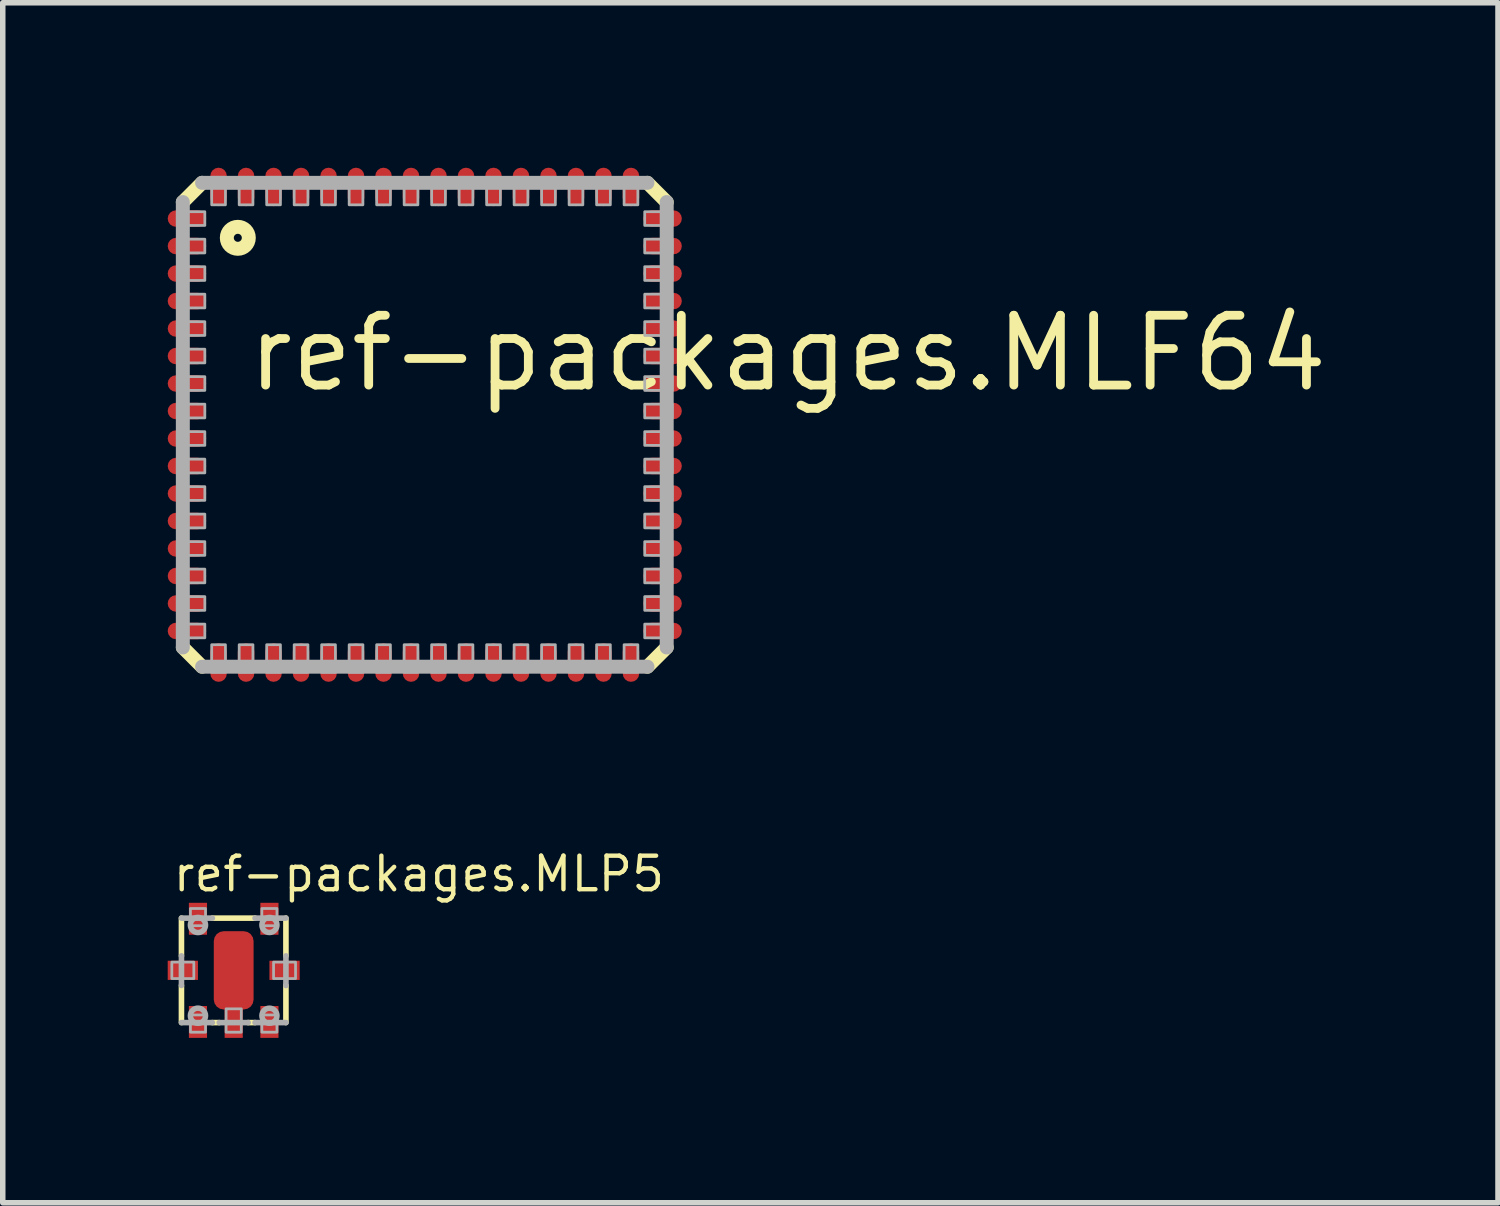
<source format=kicad_pcb>
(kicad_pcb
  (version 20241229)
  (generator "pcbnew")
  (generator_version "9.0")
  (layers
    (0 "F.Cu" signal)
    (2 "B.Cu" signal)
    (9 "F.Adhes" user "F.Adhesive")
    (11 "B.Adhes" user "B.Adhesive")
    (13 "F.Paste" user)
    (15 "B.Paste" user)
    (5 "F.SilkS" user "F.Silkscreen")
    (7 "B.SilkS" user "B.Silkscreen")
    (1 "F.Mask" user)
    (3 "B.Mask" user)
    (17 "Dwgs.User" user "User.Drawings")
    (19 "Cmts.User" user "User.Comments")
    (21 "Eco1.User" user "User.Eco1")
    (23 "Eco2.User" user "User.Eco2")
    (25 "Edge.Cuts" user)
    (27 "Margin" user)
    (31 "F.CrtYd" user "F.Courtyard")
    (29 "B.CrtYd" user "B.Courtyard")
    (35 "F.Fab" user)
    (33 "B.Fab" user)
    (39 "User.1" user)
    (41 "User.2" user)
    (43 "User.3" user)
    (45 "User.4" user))
  (footprint "ref-packages.MLP5"
    (layer "F.Cu")
    (at 1.2 14.597)
    (property "Reference" "ref-packages.MLP5" (at -1.143 -1.397 0) (layer "F.SilkS") (effects (font (size 0.61 0.61) (thickness 0.08)) (justify left bottom)))
    (attr smd)
    (fp_line (start -0.95 -0.263) (end -0.95 -0.95) (stroke (width 0.102) (type default)) (layer "F.SilkS"))
    (fp_line (start -0.95 0.95) (end -0.95 0.275) (stroke (width 0.102) (type default)) (layer "F.SilkS"))
    (fp_line (start -0.388 -0.95) (end 0.388 -0.95) (stroke (width 0.102) (type default)) (layer "F.SilkS"))
    (fp_line (start -0.263 0.95) (end -0.388 0.95) (stroke (width 0.102) (type default)) (layer "F.SilkS"))
    (fp_line (start 0.388 0.95) (end 0.263 0.95) (stroke (width 0.102) (type default)) (layer "F.SilkS"))
    (fp_line (start 0.95 -0.95) (end 0.95 -0.263) (stroke (width 0.102) (type default)) (layer "F.SilkS"))
    (fp_line (start 0.95 0.275) (end 0.95 0.95) (stroke (width 0.102) (type default)) (layer "F.SilkS"))
    (fp_line (start -0.95 -0.95) (end -0.388 -0.95) (stroke (width 0.102) (type default)) (layer "F.Fab"))
    (fp_line (start -0.95 0.275) (end -0.95 -0.263) (stroke (width 0.102) (type default)) (layer "F.Fab"))
    (fp_line (start -0.388 0.95) (end -0.95 0.95) (stroke (width 0.102) (type default)) (layer "F.Fab"))
    (fp_line (start 0.263 0.95) (end -0.263 0.95) (stroke (width 0.102) (type default)) (layer "F.Fab"))
    (fp_line (start 0.388 -0.95) (end 0.95 -0.95) (stroke (width 0.102) (type default)) (layer "F.Fab"))
    (fp_line (start 0.95 -0.263) (end 0.95 0.275) (stroke (width 0.102) (type default)) (layer "F.Fab"))
    (fp_line (start 0.95 0.95) (end 0.388 0.95) (stroke (width 0.102) (type default)) (layer "F.Fab"))
    (fp_rect (start -1.125 0.15) (end -0.725 -0.15) (stroke (width 0.05) (type default)) (fill no) (layer "F.Fab"))
    (fp_rect (start -0.787 -0.812) (end -0.512 -1.125) (stroke (width 0.05) (type default)) (fill no) (layer "F.Fab"))
    (fp_rect (start -0.787 1.125) (end -0.512 0.812) (stroke (width 0.05) (type default)) (fill no) (layer "F.Fab"))
    (fp_rect (start -0.138 1.125) (end 0.138 0.7) (stroke (width 0.05) (type default)) (fill no) (layer "F.Fab"))
    (fp_rect (start 0.512 -0.812) (end 0.787 -1.125) (stroke (width 0.05) (type default)) (fill no) (layer "F.Fab"))
    (fp_rect (start 0.512 1.125) (end 0.787 0.812) (stroke (width 0.05) (type default)) (fill no) (layer "F.Fab"))
    (fp_rect (start 0.725 0.15) (end 1.125 -0.15) (stroke (width 0.05) (type default)) (fill no) (layer "F.Fab"))
    (fp_circle (center -0.65 -0.825) (end -0.512 -0.825) (stroke (width 0.1) (type default)) (fill no) (layer "F.Fab"))
    (fp_circle (center -0.65 0.825) (end -0.512 0.825) (stroke (width 0.1) (type default)) (fill no) (layer "F.Fab"))
    (fp_circle (center 0.65 -0.825) (end 0.787 -0.825) (stroke (width 0.1) (type default)) (fill no) (layer "F.Fab"))
    (fp_circle (center 0.65 0.825) (end 0.787 0.825) (stroke (width 0.1) (type default)) (fill no) (layer "F.Fab"))
    (pad "1" smd roundrect (at -0.65 0.938) (size 0.33 0.58) (layers "F.Cu" "F.Mask" "F.Paste") (roundrect_rratio 0.01))
    (pad "2" smd roundrect (at 0 0.938) (size 0.33 0.58) (layers "F.Cu" "F.Mask" "F.Paste") (roundrect_rratio 0.01))
    (pad "2@1" smd roundrect (at 0 0) (size 0.724 1.424) (layers "F.Cu" "F.Mask" "F.Paste") (roundrect_rratio 0.25))
    (pad "3" smd roundrect (at 0.65 0.938) (size 0.33 0.58) (layers "F.Cu" "F.Mask" "F.Paste") (roundrect_rratio 0.01))
    (pad "4" smd roundrect (at 0.65 -0.938) (size 0.33 0.58) (layers "F.Cu" "F.Mask" "F.Paste") (roundrect_rratio 0.01))
    (pad "5" smd roundrect (at -0.65 -0.938) (size 0.33 0.58) (layers "F.Cu" "F.Mask" "F.Paste") (roundrect_rratio 0.01))
    (pad "X1" smd roundrect (at -0.925 0) (size 0.55 0.35) (layers "F.Cu" "F.Mask" "F.Paste") (roundrect_rratio 0.01))
    (pad "X2" smd roundrect (at 0.925 0) (size 0.55 0.35) (layers "F.Cu" "F.Mask" "F.Paste") (roundrect_rratio 0.01)))
  (footprint "ref-packages.MLF64"
    (layer "F.Cu")
    (at 4.675 4.675)
    (property "Reference" "ref-packages.MLF64" (at -3.302 -0.558 0) (layer "F.SilkS") (effects (font (size 1.27 1.27) (thickness 0.16)) (justify left bottom)))
    (attr smd)
    (fp_line (start -4.4 -4.05) (end -4.05 -4.4) (stroke (width 0.254) (type default)) (layer "F.SilkS"))
    (fp_line (start -4.05 4.4) (end -4.4 4.05) (stroke (width 0.254) (type default)) (layer "F.SilkS"))
    (fp_line (start 4.05 -4.4) (end 4.4 -4.05) (stroke (width 0.254) (type default)) (layer "F.SilkS"))
    (fp_line (start 4.4 4.05) (end 4.05 4.4) (stroke (width 0.254) (type default)) (layer "F.SilkS"))
    (fp_circle (center -3.4 -3.4) (end -3.2 -3.4) (stroke (width 0.254) (type default)) (fill no) (layer "F.SilkS"))
    (fp_line (start -4.4 4.05) (end -4.4 -4.05) (stroke (width 0.254) (type default)) (layer "F.Fab"))
    (fp_line (start -4.05 -4.4) (end 4.05 -4.4) (stroke (width 0.254) (type default)) (layer "F.Fab"))
    (fp_line (start 4.05 4.4) (end -4.05 4.4) (stroke (width 0.254) (type default)) (layer "F.Fab"))
    (fp_line (start 4.4 -4.05) (end 4.4 4.05) (stroke (width 0.254) (type default)) (layer "F.Fab"))
    (fp_rect (start -4.5 -3.625) (end -4 -3.875) (stroke (width 0.05) (type default)) (fill no) (layer "F.Fab"))
    (fp_rect (start -4.5 -3.125) (end -4 -3.375) (stroke (width 0.05) (type default)) (fill no) (layer "F.Fab"))
    (fp_rect (start -4.5 -2.625) (end -4 -2.875) (stroke (width 0.05) (type default)) (fill no) (layer "F.Fab"))
    (fp_rect (start -4.5 -2.125) (end -4 -2.375) (stroke (width 0.05) (type default)) (fill no) (layer "F.Fab"))
    (fp_rect (start -4.5 -1.625) (end -4 -1.875) (stroke (width 0.05) (type default)) (fill no) (layer "F.Fab"))
    (fp_rect (start -4.5 -1.125) (end -4 -1.375) (stroke (width 0.05) (type default)) (fill no) (layer "F.Fab"))
    (fp_rect (start -4.5 -0.625) (end -4 -0.875) (stroke (width 0.05) (type default)) (fill no) (layer "F.Fab"))
    (fp_rect (start -4.5 -0.125) (end -4 -0.375) (stroke (width 0.05) (type default)) (fill no) (layer "F.Fab"))
    (fp_rect (start -4.5 0.375) (end -4 0.125) (stroke (width 0.05) (type default)) (fill no) (layer "F.Fab"))
    (fp_rect (start -4.5 0.875) (end -4 0.625) (stroke (width 0.05) (type default)) (fill no) (layer "F.Fab"))
    (fp_rect (start -4.5 1.375) (end -4 1.125) (stroke (width 0.05) (type default)) (fill no) (layer "F.Fab"))
    (fp_rect (start -4.5 1.875) (end -4 1.625) (stroke (width 0.05) (type default)) (fill no) (layer "F.Fab"))
    (fp_rect (start -4.5 2.375) (end -4 2.125) (stroke (width 0.05) (type default)) (fill no) (layer "F.Fab"))
    (fp_rect (start -4.5 2.875) (end -4 2.625) (stroke (width 0.05) (type default)) (fill no) (layer "F.Fab"))
    (fp_rect (start -4.5 3.375) (end -4 3.125) (stroke (width 0.05) (type default)) (fill no) (layer "F.Fab"))
    (fp_rect (start -4.5 3.875) (end -4 3.625) (stroke (width 0.05) (type default)) (fill no) (layer "F.Fab"))
    (fp_rect (start -3.875 -4) (end -3.625 -4.5) (stroke (width 0.05) (type default)) (fill no) (layer "F.Fab"))
    (fp_rect (start -3.875 4.5) (end -3.625 4) (stroke (width 0.05) (type default)) (fill no) (layer "F.Fab"))
    (fp_rect (start -3.375 -4) (end -3.125 -4.5) (stroke (width 0.05) (type default)) (fill no) (layer "F.Fab"))
    (fp_rect (start -3.375 4.5) (end -3.125 4) (stroke (width 0.05) (type default)) (fill no) (layer "F.Fab"))
    (fp_rect (start -2.875 -4) (end -2.625 -4.5) (stroke (width 0.05) (type default)) (fill no) (layer "F.Fab"))
    (fp_rect (start -2.875 4.5) (end -2.625 4) (stroke (width 0.05) (type default)) (fill no) (layer "F.Fab"))
    (fp_rect (start -2.375 -4) (end -2.125 -4.5) (stroke (width 0.05) (type default)) (fill no) (layer "F.Fab"))
    (fp_rect (start -2.375 4.5) (end -2.125 4) (stroke (width 0.05) (type default)) (fill no) (layer "F.Fab"))
    (fp_rect (start -1.875 -4) (end -1.625 -4.5) (stroke (width 0.05) (type default)) (fill no) (layer "F.Fab"))
    (fp_rect (start -1.875 4.5) (end -1.625 4) (stroke (width 0.05) (type default)) (fill no) (layer "F.Fab"))
    (fp_rect (start -1.375 -4) (end -1.125 -4.5) (stroke (width 0.05) (type default)) (fill no) (layer "F.Fab"))
    (fp_rect (start -1.375 4.5) (end -1.125 4) (stroke (width 0.05) (type default)) (fill no) (layer "F.Fab"))
    (fp_rect (start -0.875 -4) (end -0.625 -4.5) (stroke (width 0.05) (type default)) (fill no) (layer "F.Fab"))
    (fp_rect (start -0.875 4.5) (end -0.625 4) (stroke (width 0.05) (type default)) (fill no) (layer "F.Fab"))
    (fp_rect (start -0.375 -4) (end -0.125 -4.5) (stroke (width 0.05) (type default)) (fill no) (layer "F.Fab"))
    (fp_rect (start -0.375 4.5) (end -0.125 4) (stroke (width 0.05) (type default)) (fill no) (layer "F.Fab"))
    (fp_rect (start 0.125 -4) (end 0.375 -4.5) (stroke (width 0.05) (type default)) (fill no) (layer "F.Fab"))
    (fp_rect (start 0.125 4.5) (end 0.375 4) (stroke (width 0.05) (type default)) (fill no) (layer "F.Fab"))
    (fp_rect (start 0.625 -4) (end 0.875 -4.5) (stroke (width 0.05) (type default)) (fill no) (layer "F.Fab"))
    (fp_rect (start 0.625 4.5) (end 0.875 4) (stroke (width 0.05) (type default)) (fill no) (layer "F.Fab"))
    (fp_rect (start 1.125 -4) (end 1.375 -4.5) (stroke (width 0.05) (type default)) (fill no) (layer "F.Fab"))
    (fp_rect (start 1.125 4.5) (end 1.375 4) (stroke (width 0.05) (type default)) (fill no) (layer "F.Fab"))
    (fp_rect (start 1.625 -4) (end 1.875 -4.5) (stroke (width 0.05) (type default)) (fill no) (layer "F.Fab"))
    (fp_rect (start 1.625 4.5) (end 1.875 4) (stroke (width 0.05) (type default)) (fill no) (layer "F.Fab"))
    (fp_rect (start 2.125 -4) (end 2.375 -4.5) (stroke (width 0.05) (type default)) (fill no) (layer "F.Fab"))
    (fp_rect (start 2.125 4.5) (end 2.375 4) (stroke (width 0.05) (type default)) (fill no) (layer "F.Fab"))
    (fp_rect (start 2.625 -4) (end 2.875 -4.5) (stroke (width 0.05) (type default)) (fill no) (layer "F.Fab"))
    (fp_rect (start 2.625 4.5) (end 2.875 4) (stroke (width 0.05) (type default)) (fill no) (layer "F.Fab"))
    (fp_rect (start 3.125 -4) (end 3.375 -4.5) (stroke (width 0.05) (type default)) (fill no) (layer "F.Fab"))
    (fp_rect (start 3.125 4.5) (end 3.375 4) (stroke (width 0.05) (type default)) (fill no) (layer "F.Fab"))
    (fp_rect (start 3.625 -4) (end 3.875 -4.5) (stroke (width 0.05) (type default)) (fill no) (layer "F.Fab"))
    (fp_rect (start 3.625 4.5) (end 3.875 4) (stroke (width 0.05) (type default)) (fill no) (layer "F.Fab"))
    (fp_rect (start 4 -3.625) (end 4.5 -3.875) (stroke (width 0.05) (type default)) (fill no) (layer "F.Fab"))
    (fp_rect (start 4 -3.125) (end 4.5 -3.375) (stroke (width 0.05) (type default)) (fill no) (layer "F.Fab"))
    (fp_rect (start 4 -2.625) (end 4.5 -2.875) (stroke (width 0.05) (type default)) (fill no) (layer "F.Fab"))
    (fp_rect (start 4 -2.125) (end 4.5 -2.375) (stroke (width 0.05) (type default)) (fill no) (layer "F.Fab"))
    (fp_rect (start 4 -1.625) (end 4.5 -1.875) (stroke (width 0.05) (type default)) (fill no) (layer "F.Fab"))
    (fp_rect (start 4 -1.125) (end 4.5 -1.375) (stroke (width 0.05) (type default)) (fill no) (layer "F.Fab"))
    (fp_rect (start 4 -0.625) (end 4.5 -0.875) (stroke (width 0.05) (type default)) (fill no) (layer "F.Fab"))
    (fp_rect (start 4 -0.125) (end 4.5 -0.375) (stroke (width 0.05) (type default)) (fill no) (layer "F.Fab"))
    (fp_rect (start 4 0.375) (end 4.5 0.125) (stroke (width 0.05) (type default)) (fill no) (layer "F.Fab"))
    (fp_rect (start 4 0.875) (end 4.5 0.625) (stroke (width 0.05) (type default)) (fill no) (layer "F.Fab"))
    (fp_rect (start 4 1.375) (end 4.5 1.125) (stroke (width 0.05) (type default)) (fill no) (layer "F.Fab"))
    (fp_rect (start 4 1.875) (end 4.5 1.625) (stroke (width 0.05) (type default)) (fill no) (layer "F.Fab"))
    (fp_rect (start 4 2.375) (end 4.5 2.125) (stroke (width 0.05) (type default)) (fill no) (layer "F.Fab"))
    (fp_rect (start 4 2.875) (end 4.5 2.625) (stroke (width 0.05) (type default)) (fill no) (layer "F.Fab"))
    (fp_rect (start 4 3.375) (end 4.5 3.125) (stroke (width 0.05) (type default)) (fill no) (layer "F.Fab"))
    (fp_rect (start 4 3.875) (end 4.5 3.625) (stroke (width 0.05) (type default)) (fill no) (layer "F.Fab"))
    (pad "1" smd roundrect (at -4.325 -3.75) (size 0.7 0.3) (layers "F.Cu" "F.Mask" "F.Paste") (roundrect_rratio 0.5))
    (pad "2" smd roundrect (at -4.325 -3.25) (size 0.7 0.3) (layers "F.Cu" "F.Mask" "F.Paste") (roundrect_rratio 0.5))
    (pad "3" smd roundrect (at -4.325 -2.75) (size 0.7 0.3) (layers "F.Cu" "F.Mask" "F.Paste") (roundrect_rratio 0.5))
    (pad "4" smd roundrect (at -4.325 -2.25) (size 0.7 0.3) (layers "F.Cu" "F.Mask" "F.Paste") (roundrect_rratio 0.5))
    (pad "5" smd roundrect (at -4.325 -1.75) (size 0.7 0.3) (layers "F.Cu" "F.Mask" "F.Paste") (roundrect_rratio 0.5))
    (pad "6" smd roundrect (at -4.325 -1.25) (size 0.7 0.3) (layers "F.Cu" "F.Mask" "F.Paste") (roundrect_rratio 0.5))
    (pad "7" smd roundrect (at -4.325 -0.75) (size 0.7 0.3) (layers "F.Cu" "F.Mask" "F.Paste") (roundrect_rratio 0.5))
    (pad "8" smd roundrect (at -4.325 -0.25) (size 0.7 0.3) (layers "F.Cu" "F.Mask" "F.Paste") (roundrect_rratio 0.5))
    (pad "9" smd roundrect (at -4.325 0.25) (size 0.7 0.3) (layers "F.Cu" "F.Mask" "F.Paste") (roundrect_rratio 0.5))
    (pad "10" smd roundrect (at -4.325 0.75) (size 0.7 0.3) (layers "F.Cu" "F.Mask" "F.Paste") (roundrect_rratio 0.5))
    (pad "11" smd roundrect (at -4.325 1.25) (size 0.7 0.3) (layers "F.Cu" "F.Mask" "F.Paste") (roundrect_rratio 0.5))
    (pad "12" smd roundrect (at -4.325 1.75) (size 0.7 0.3) (layers "F.Cu" "F.Mask" "F.Paste") (roundrect_rratio 0.5))
    (pad "13" smd roundrect (at -4.325 2.25) (size 0.7 0.3) (layers "F.Cu" "F.Mask" "F.Paste") (roundrect_rratio 0.5))
    (pad "14" smd roundrect (at -4.325 2.75) (size 0.7 0.3) (layers "F.Cu" "F.Mask" "F.Paste") (roundrect_rratio 0.5))
    (pad "15" smd roundrect (at -4.325 3.25) (size 0.7 0.3) (layers "F.Cu" "F.Mask" "F.Paste") (roundrect_rratio 0.5))
    (pad "16" smd roundrect (at -4.325 3.75) (size 0.7 0.3) (layers "F.Cu" "F.Mask" "F.Paste") (roundrect_rratio 0.5))
    (pad "17" smd roundrect (at -3.75 4.325) (size 0.3 0.7) (layers "F.Cu" "F.Mask" "F.Paste") (roundrect_rratio 0.5))
    (pad "18" smd roundrect (at -3.25 4.325) (size 0.3 0.7) (layers "F.Cu" "F.Mask" "F.Paste") (roundrect_rratio 0.5))
    (pad "19" smd roundrect (at -2.75 4.325) (size 0.3 0.7) (layers "F.Cu" "F.Mask" "F.Paste") (roundrect_rratio 0.5))
    (pad "20" smd roundrect (at -2.25 4.325) (size 0.3 0.7) (layers "F.Cu" "F.Mask" "F.Paste") (roundrect_rratio 0.5))
    (pad "21" smd roundrect (at -1.75 4.325) (size 0.3 0.7) (layers "F.Cu" "F.Mask" "F.Paste") (roundrect_rratio 0.5))
    (pad "22" smd roundrect (at -1.25 4.325) (size 0.3 0.7) (layers "F.Cu" "F.Mask" "F.Paste") (roundrect_rratio 0.5))
    (pad "23" smd roundrect (at -0.75 4.325) (size 0.3 0.7) (layers "F.Cu" "F.Mask" "F.Paste") (roundrect_rratio 0.5))
    (pad "24" smd roundrect (at -0.25 4.325) (size 0.3 0.7) (layers "F.Cu" "F.Mask" "F.Paste") (roundrect_rratio 0.5))
    (pad "25" smd roundrect (at 0.25 4.325) (size 0.3 0.7) (layers "F.Cu" "F.Mask" "F.Paste") (roundrect_rratio 0.5))
    (pad "26" smd roundrect (at 0.75 4.325) (size 0.3 0.7) (layers "F.Cu" "F.Mask" "F.Paste") (roundrect_rratio 0.5))
    (pad "27" smd roundrect (at 1.25 4.325) (size 0.3 0.7) (layers "F.Cu" "F.Mask" "F.Paste") (roundrect_rratio 0.5))
    (pad "28" smd roundrect (at 1.75 4.325) (size 0.3 0.7) (layers "F.Cu" "F.Mask" "F.Paste") (roundrect_rratio 0.5))
    (pad "29" smd roundrect (at 2.25 4.325) (size 0.3 0.7) (layers "F.Cu" "F.Mask" "F.Paste") (roundrect_rratio 0.5))
    (pad "30" smd roundrect (at 2.75 4.325) (size 0.3 0.7) (layers "F.Cu" "F.Mask" "F.Paste") (roundrect_rratio 0.5))
    (pad "31" smd roundrect (at 3.25 4.325) (size 0.3 0.7) (layers "F.Cu" "F.Mask" "F.Paste") (roundrect_rratio 0.5))
    (pad "32" smd roundrect (at 3.75 4.325) (size 0.3 0.7) (layers "F.Cu" "F.Mask" "F.Paste") (roundrect_rratio 0.5))
    (pad "33" smd roundrect (at 4.325 3.75) (size 0.7 0.3) (layers "F.Cu" "F.Mask" "F.Paste") (roundrect_rratio 0.5))
    (pad "34" smd roundrect (at 4.325 3.25) (size 0.7 0.3) (layers "F.Cu" "F.Mask" "F.Paste") (roundrect_rratio 0.5))
    (pad "35" smd roundrect (at 4.325 2.75) (size 0.7 0.3) (layers "F.Cu" "F.Mask" "F.Paste") (roundrect_rratio 0.5))
    (pad "36" smd roundrect (at 4.325 2.25) (size 0.7 0.3) (layers "F.Cu" "F.Mask" "F.Paste") (roundrect_rratio 0.5))
    (pad "37" smd roundrect (at 4.325 1.75) (size 0.7 0.3) (layers "F.Cu" "F.Mask" "F.Paste") (roundrect_rratio 0.5))
    (pad "38" smd roundrect (at 4.325 1.25) (size 0.7 0.3) (layers "F.Cu" "F.Mask" "F.Paste") (roundrect_rratio 0.5))
    (pad "39" smd roundrect (at 4.325 0.75) (size 0.7 0.3) (layers "F.Cu" "F.Mask" "F.Paste") (roundrect_rratio 0.5))
    (pad "40" smd roundrect (at 4.325 0.25) (size 0.7 0.3) (layers "F.Cu" "F.Mask" "F.Paste") (roundrect_rratio 0.5))
    (pad "41" smd roundrect (at 4.325 -0.25) (size 0.7 0.3) (layers "F.Cu" "F.Mask" "F.Paste") (roundrect_rratio 0.5))
    (pad "42" smd roundrect (at 4.325 -0.75) (size 0.7 0.3) (layers "F.Cu" "F.Mask" "F.Paste") (roundrect_rratio 0.5))
    (pad "43" smd roundrect (at 4.325 -1.25) (size 0.7 0.3) (layers "F.Cu" "F.Mask" "F.Paste") (roundrect_rratio 0.5))
    (pad "44" smd roundrect (at 4.325 -1.75) (size 0.7 0.3) (layers "F.Cu" "F.Mask" "F.Paste") (roundrect_rratio 0.5))
    (pad "45" smd roundrect (at 4.325 -2.25) (size 0.7 0.3) (layers "F.Cu" "F.Mask" "F.Paste") (roundrect_rratio 0.5))
    (pad "46" smd roundrect (at 4.325 -2.75) (size 0.7 0.3) (layers "F.Cu" "F.Mask" "F.Paste") (roundrect_rratio 0.5))
    (pad "47" smd roundrect (at 4.325 -3.25) (size 0.7 0.3) (layers "F.Cu" "F.Mask" "F.Paste") (roundrect_rratio 0.5))
    (pad "48" smd roundrect (at 4.325 -3.75) (size 0.7 0.3) (layers "F.Cu" "F.Mask" "F.Paste") (roundrect_rratio 0.5))
    (pad "49" smd roundrect (at 3.75 -4.325) (size 0.3 0.7) (layers "F.Cu" "F.Mask" "F.Paste") (roundrect_rratio 0.5))
    (pad "50" smd roundrect (at 3.25 -4.325) (size 0.3 0.7) (layers "F.Cu" "F.Mask" "F.Paste") (roundrect_rratio 0.5))
    (pad "51" smd roundrect (at 2.75 -4.325) (size 0.3 0.7) (layers "F.Cu" "F.Mask" "F.Paste") (roundrect_rratio 0.5))
    (pad "52" smd roundrect (at 2.25 -4.325) (size 0.3 0.7) (layers "F.Cu" "F.Mask" "F.Paste") (roundrect_rratio 0.5))
    (pad "53" smd roundrect (at 1.75 -4.325) (size 0.3 0.7) (layers "F.Cu" "F.Mask" "F.Paste") (roundrect_rratio 0.5))
    (pad "54" smd roundrect (at 1.25 -4.325) (size 0.3 0.7) (layers "F.Cu" "F.Mask" "F.Paste") (roundrect_rratio 0.5))
    (pad "55" smd roundrect (at 0.75 -4.325) (size 0.3 0.7) (layers "F.Cu" "F.Mask" "F.Paste") (roundrect_rratio 0.5))
    (pad "56" smd roundrect (at 0.25 -4.325) (size 0.3 0.7) (layers "F.Cu" "F.Mask" "F.Paste") (roundrect_rratio 0.5))
    (pad "57" smd roundrect (at -0.25 -4.325) (size 0.3 0.7) (layers "F.Cu" "F.Mask" "F.Paste") (roundrect_rratio 0.5))
    (pad "58" smd roundrect (at -0.75 -4.325) (size 0.3 0.7) (layers "F.Cu" "F.Mask" "F.Paste") (roundrect_rratio 0.5))
    (pad "59" smd roundrect (at -1.25 -4.325) (size 0.3 0.7) (layers "F.Cu" "F.Mask" "F.Paste") (roundrect_rratio 0.5))
    (pad "60" smd roundrect (at -1.75 -4.325) (size 0.3 0.7) (layers "F.Cu" "F.Mask" "F.Paste") (roundrect_rratio 0.5))
    (pad "61" smd roundrect (at -2.25 -4.325) (size 0.3 0.7) (layers "F.Cu" "F.Mask" "F.Paste") (roundrect_rratio 0.5))
    (pad "62" smd roundrect (at -2.75 -4.325) (size 0.3 0.7) (layers "F.Cu" "F.Mask" "F.Paste") (roundrect_rratio 0.5))
    (pad "63" smd roundrect (at -3.25 -4.325) (size 0.3 0.7) (layers "F.Cu" "F.Mask" "F.Paste") (roundrect_rratio 0.5))
    (pad "64" smd roundrect (at -3.75 -4.325) (size 0.3 0.7) (layers "F.Cu" "F.Mask" "F.Paste") (roundrect_rratio 0.5)))
  (gr_rect
    (start -3 -3)
    (end 24.193 18.824)
    (stroke (width 0.1) (type default))
    (fill no)
    (layer "Edge.Cuts")))
</source>
